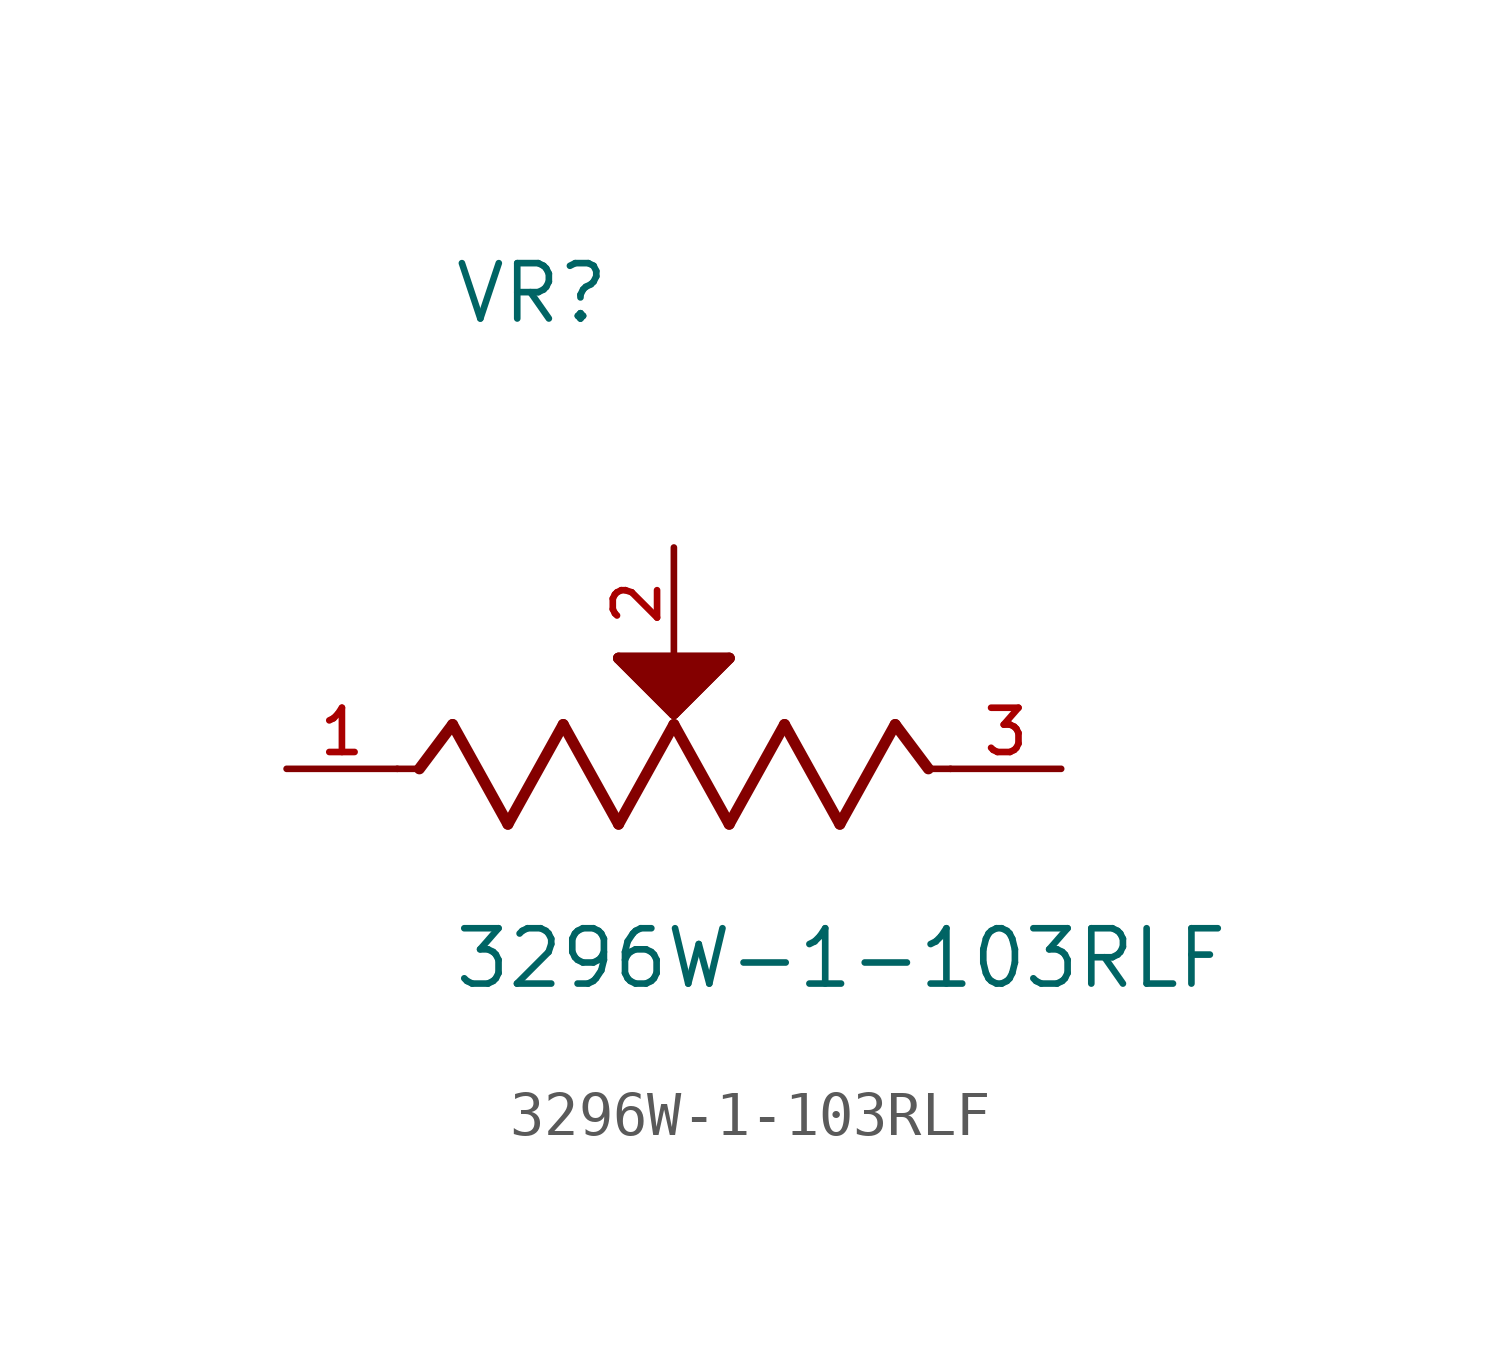
<source format=kicad_sym>
(kicad_symbol_lib
  (version 20211014)
  (generator kicad_symbol_editor)
  (symbol "3296W-1-103RLF"
    (pin_names
      (offset 1.016))
    (property "Reference" "VR"
      (at -5.087 10.174 0)
      (effects (font (size 1.27 1.27)) (justify bottom left)))
    (property "Value" "3296W-1-103RLF"
      (at -5.093 -5.093 0)
      (effects (font (size 1.27 1.27)) (justify bottom left)))
    (symbol "3296W-1-103RLF_0_0"
      (polyline (pts (xy -6.35 0.0) (xy -5.842 0.0)) (stroke (width 0.152)))
      (polyline (pts (xy -5.842 0.0) (xy -5.08 1.016)) (stroke (width 0.254)))
      (polyline (pts (xy -5.08 1.016) (xy -3.81 -1.27)) (stroke (width 0.254)))
      (polyline (pts (xy -3.81 -1.27) (xy -2.54 1.016)) (stroke (width 0.254)))
      (polyline (pts (xy -2.54 1.016) (xy -1.27 -1.27)) (stroke (width 0.254)))
      (polyline (pts (xy -1.27 -1.27) (xy 0.0 1.016)) (stroke (width 0.254)))
      (polyline (pts (xy 0.0 1.016) (xy 1.27 -1.27)) (stroke (width 0.254)))
      (polyline (pts (xy 1.27 -1.27) (xy 2.54 1.016)) (stroke (width 0.254)))
      (polyline (pts (xy 2.54 1.016) (xy 3.81 -1.27)) (stroke (width 0.254)))
      (polyline (pts (xy 3.81 -1.27) (xy 5.08 1.016)) (stroke (width 0.254)))
      (polyline (pts (xy 5.842 0.0) (xy 5.08 1.016)) (stroke (width 0.254)))
      (polyline (pts (xy 5.842 0.0) (xy 6.35 0.0)) (stroke (width 0.152)))
      (polyline (pts (xy 0.0 1.27) (xy -1.27 2.54)) (stroke (width 0.254)))
      (polyline (pts (xy -1.27 2.54) (xy 1.27 2.54)) (stroke (width 0.254)))
      (polyline (pts (xy 1.27 2.54) (xy 0.0 1.27)) (stroke (width 0.254)))
      (polyline (pts (xy -1.27 2.54) (xy 1.27 2.54) (xy 0.0 1.27) (xy -1.27 2.54)) (stroke (width 0.254)) (fill (type outline)))
      (pin passive line (at -8.89 0.0 0) (length 2.54) (name "~" (effects (font (size 1.016 1.016)))) (number "1" (effects (font (size 1.016 1.016)))))
      (pin passive line (at 8.89 0.0 180.0) (length 2.54) (name "~" (effects (font (size 1.016 1.016)))) (number "3" (effects (font (size 1.016 1.016)))))
      (pin passive line (at 0.0 5.08 270.0) (length 2.54) (name "~" (effects (font (size 1.016 1.016)))) (number "2" (effects (font (size 1.016 1.016))))))))
</source>
